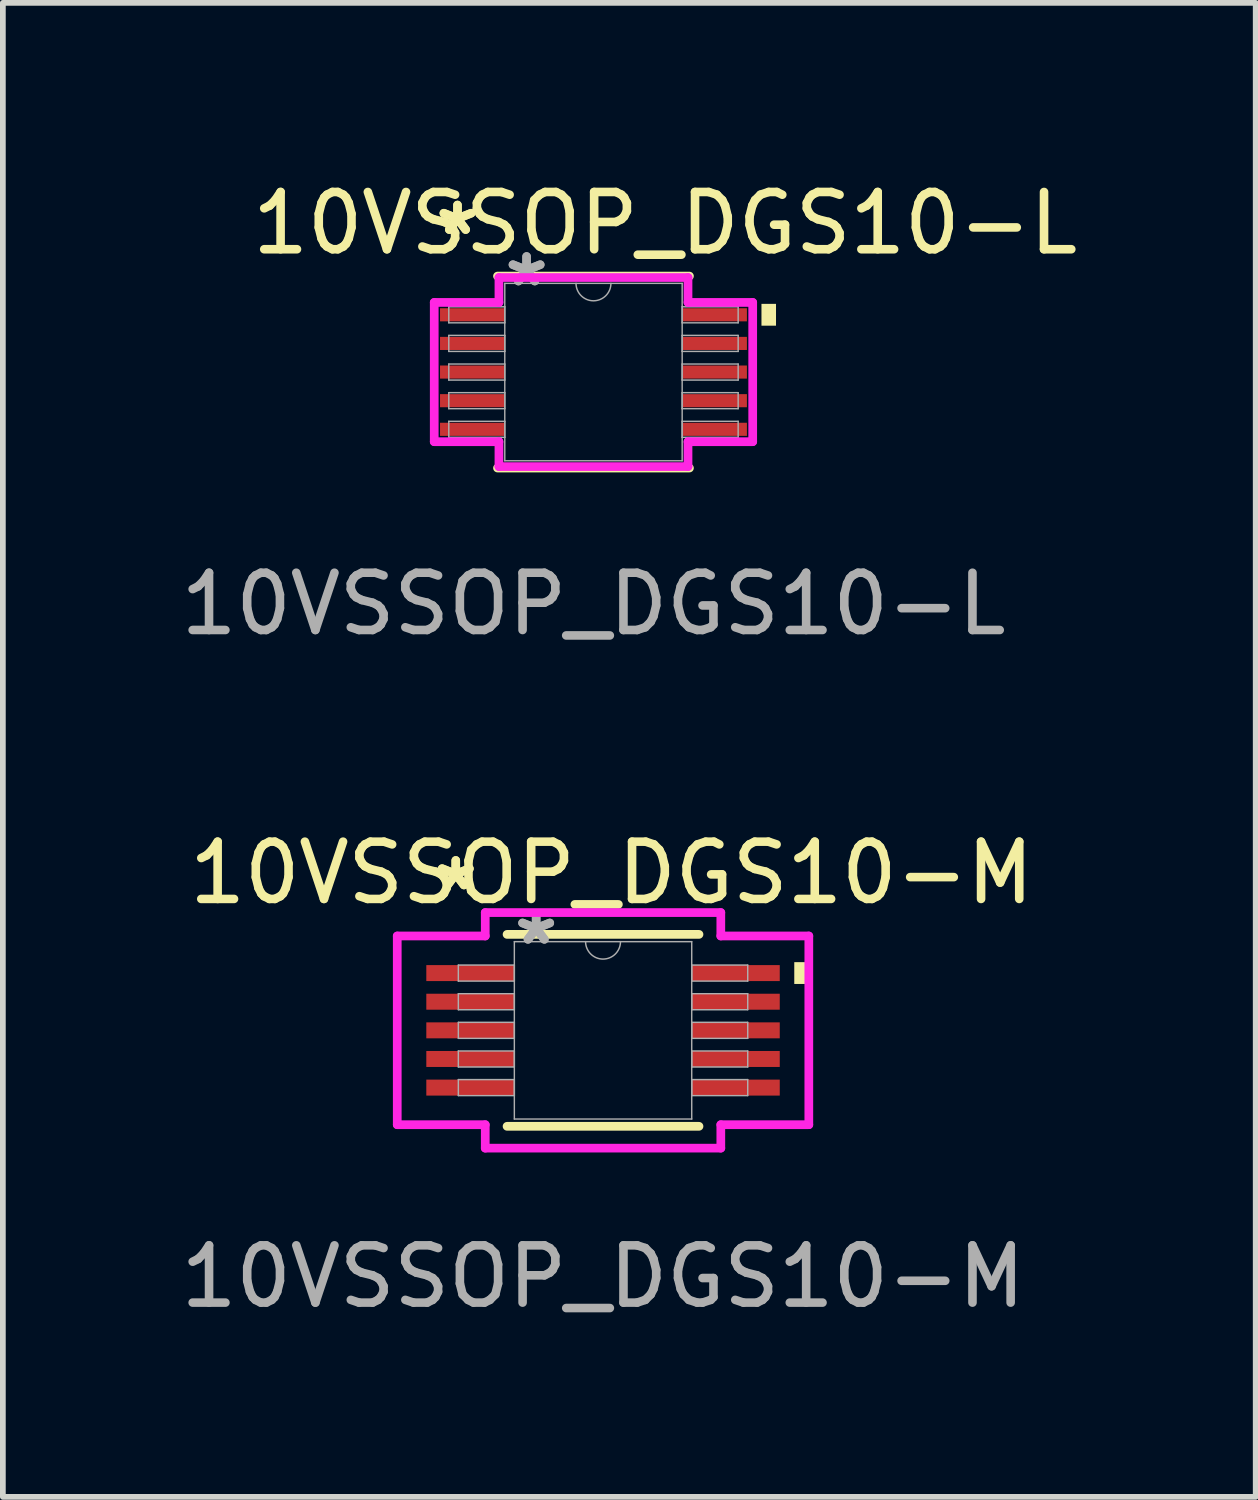
<source format=kicad_pcb>
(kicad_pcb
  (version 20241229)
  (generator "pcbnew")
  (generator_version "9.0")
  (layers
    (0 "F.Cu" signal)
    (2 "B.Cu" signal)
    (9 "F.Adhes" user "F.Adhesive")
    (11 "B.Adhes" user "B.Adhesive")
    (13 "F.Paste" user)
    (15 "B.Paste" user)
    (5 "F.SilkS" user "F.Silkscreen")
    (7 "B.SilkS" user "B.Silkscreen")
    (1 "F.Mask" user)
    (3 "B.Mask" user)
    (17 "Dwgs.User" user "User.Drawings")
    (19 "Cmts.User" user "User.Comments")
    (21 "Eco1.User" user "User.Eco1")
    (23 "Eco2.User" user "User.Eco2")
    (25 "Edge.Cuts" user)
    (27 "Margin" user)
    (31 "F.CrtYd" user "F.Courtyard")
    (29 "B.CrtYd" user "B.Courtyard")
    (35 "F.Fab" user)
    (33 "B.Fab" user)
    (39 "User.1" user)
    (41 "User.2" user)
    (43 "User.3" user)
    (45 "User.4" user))
  (footprint "10VSSOP_DGS10-M"
    (layer "F.Cu")
    (at 7.482 14.945)
    (property "Reference" "10VSSOP_DGS10-M" (at 0.15 -2.75 0) (unlocked yes) (layer "F.SilkS") (effects (font (size 1 1) (thickness 0.15))))
    (attr smd)
    (fp_line (start -1.676 1.676) (end 1.676 1.676) (stroke (width 0.152) (type solid)) (layer "F.SilkS"))
    (fp_line (start 1.676 -1.676) (end -1.676 -1.676) (stroke (width 0.152) (type solid)) (layer "F.SilkS"))
    (fp_poly (pts (xy 3.594 -1.191) (xy 3.594 -0.81) (xy 3.34 -0.81) (xy 3.34 -1.191)) (stroke (width 0) (type solid)) (fill yes) (layer "F.SilkS"))
    (fp_line (start -3.594 -1.648) (end -2.057 -1.648) (stroke (width 0.152) (type solid)) (layer "F.CrtYd"))
    (fp_line (start -3.594 1.648) (end -3.594 -1.648) (stroke (width 0.152) (type solid)) (layer "F.CrtYd"))
    (fp_line (start -3.594 1.648) (end -2.057 1.648) (stroke (width 0.152) (type solid)) (layer "F.CrtYd"))
    (fp_line (start -2.057 -2.057) (end 2.057 -2.057) (stroke (width 0.152) (type solid)) (layer "F.CrtYd"))
    (fp_line (start -2.057 -1.648) (end -2.057 -2.057) (stroke (width 0.152) (type solid)) (layer "F.CrtYd"))
    (fp_line (start -2.057 2.057) (end -2.057 1.648) (stroke (width 0.152) (type solid)) (layer "F.CrtYd"))
    (fp_line (start 2.057 -2.057) (end 2.057 -1.648) (stroke (width 0.152) (type solid)) (layer "F.CrtYd"))
    (fp_line (start 2.057 1.648) (end 2.057 2.057) (stroke (width 0.152) (type solid)) (layer "F.CrtYd"))
    (fp_line (start 2.057 2.057) (end -2.057 2.057) (stroke (width 0.152) (type solid)) (layer "F.CrtYd"))
    (fp_line (start 3.594 -1.648) (end 2.057 -1.648) (stroke (width 0.152) (type solid)) (layer "F.CrtYd"))
    (fp_line (start 3.594 -1.648) (end 3.594 1.648) (stroke (width 0.152) (type solid)) (layer "F.CrtYd"))
    (fp_line (start 3.594 1.648) (end 2.057 1.648) (stroke (width 0.152) (type solid)) (layer "F.CrtYd"))
    (fp_line (start -2.527 -1.14) (end -2.527 -0.86) (stroke (width 0.025) (type solid)) (layer "F.Fab"))
    (fp_line (start -2.527 -0.86) (end -1.549 -0.86) (stroke (width 0.025) (type solid)) (layer "F.Fab"))
    (fp_line (start -2.527 -0.64) (end -2.527 -0.36) (stroke (width 0.025) (type solid)) (layer "F.Fab"))
    (fp_line (start -2.527 -0.36) (end -1.549 -0.36) (stroke (width 0.025) (type solid)) (layer "F.Fab"))
    (fp_line (start -2.527 -0.14) (end -2.527 0.14) (stroke (width 0.025) (type solid)) (layer "F.Fab"))
    (fp_line (start -2.527 0.14) (end -1.549 0.14) (stroke (width 0.025) (type solid)) (layer "F.Fab"))
    (fp_line (start -2.527 0.36) (end -2.527 0.64) (stroke (width 0.025) (type solid)) (layer "F.Fab"))
    (fp_line (start -2.527 0.64) (end -1.549 0.64) (stroke (width 0.025) (type solid)) (layer "F.Fab"))
    (fp_line (start -2.527 0.86) (end -2.527 1.14) (stroke (width 0.025) (type solid)) (layer "F.Fab"))
    (fp_line (start -2.527 1.14) (end -1.549 1.14) (stroke (width 0.025) (type solid)) (layer "F.Fab"))
    (fp_line (start -1.549 -1.549) (end -1.549 1.549) (stroke (width 0.025) (type solid)) (layer "F.Fab"))
    (fp_line (start -1.549 -1.14) (end -2.527 -1.14) (stroke (width 0.025) (type solid)) (layer "F.Fab"))
    (fp_line (start -1.549 -0.86) (end -1.549 -1.14) (stroke (width 0.025) (type solid)) (layer "F.Fab"))
    (fp_line (start -1.549 -0.64) (end -2.527 -0.64) (stroke (width 0.025) (type solid)) (layer "F.Fab"))
    (fp_line (start -1.549 -0.36) (end -1.549 -0.64) (stroke (width 0.025) (type solid)) (layer "F.Fab"))
    (fp_line (start -1.549 -0.14) (end -2.527 -0.14) (stroke (width 0.025) (type solid)) (layer "F.Fab"))
    (fp_line (start -1.549 0.14) (end -1.549 -0.14) (stroke (width 0.025) (type solid)) (layer "F.Fab"))
    (fp_line (start -1.549 0.36) (end -2.527 0.36) (stroke (width 0.025) (type solid)) (layer "F.Fab"))
    (fp_line (start -1.549 0.64) (end -1.549 0.36) (stroke (width 0.025) (type solid)) (layer "F.Fab"))
    (fp_line (start -1.549 0.86) (end -2.527 0.86) (stroke (width 0.025) (type solid)) (layer "F.Fab"))
    (fp_line (start -1.549 1.14) (end -1.549 0.86) (stroke (width 0.025) (type solid)) (layer "F.Fab"))
    (fp_line (start -1.549 1.549) (end 1.549 1.549) (stroke (width 0.025) (type solid)) (layer "F.Fab"))
    (fp_line (start 1.549 -1.549) (end -1.549 -1.549) (stroke (width 0.025) (type solid)) (layer "F.Fab"))
    (fp_line (start 1.549 -1.14) (end 1.549 -0.86) (stroke (width 0.025) (type solid)) (layer "F.Fab"))
    (fp_line (start 1.549 -0.86) (end 2.527 -0.86) (stroke (width 0.025) (type solid)) (layer "F.Fab"))
    (fp_line (start 1.549 -0.64) (end 1.549 -0.36) (stroke (width 0.025) (type solid)) (layer "F.Fab"))
    (fp_line (start 1.549 -0.36) (end 2.527 -0.36) (stroke (width 0.025) (type solid)) (layer "F.Fab"))
    (fp_line (start 1.549 -0.14) (end 1.549 0.14) (stroke (width 0.025) (type solid)) (layer "F.Fab"))
    (fp_line (start 1.549 0.14) (end 2.527 0.14) (stroke (width 0.025) (type solid)) (layer "F.Fab"))
    (fp_line (start 1.549 0.36) (end 1.549 0.64) (stroke (width 0.025) (type solid)) (layer "F.Fab"))
    (fp_line (start 1.549 0.64) (end 2.527 0.64) (stroke (width 0.025) (type solid)) (layer "F.Fab"))
    (fp_line (start 1.549 0.86) (end 1.549 1.14) (stroke (width 0.025) (type solid)) (layer "F.Fab"))
    (fp_line (start 1.549 1.14) (end 2.527 1.14) (stroke (width 0.025) (type solid)) (layer "F.Fab"))
    (fp_line (start 1.549 1.549) (end 1.549 -1.549) (stroke (width 0.025) (type solid)) (layer "F.Fab"))
    (fp_line (start 2.527 -1.14) (end 1.549 -1.14) (stroke (width 0.025) (type solid)) (layer "F.Fab"))
    (fp_line (start 2.527 -0.86) (end 2.527 -1.14) (stroke (width 0.025) (type solid)) (layer "F.Fab"))
    (fp_line (start 2.527 -0.64) (end 1.549 -0.64) (stroke (width 0.025) (type solid)) (layer "F.Fab"))
    (fp_line (start 2.527 -0.36) (end 2.527 -0.64) (stroke (width 0.025) (type solid)) (layer "F.Fab"))
    (fp_line (start 2.527 -0.14) (end 1.549 -0.14) (stroke (width 0.025) (type solid)) (layer "F.Fab"))
    (fp_line (start 2.527 0.14) (end 2.527 -0.14) (stroke (width 0.025) (type solid)) (layer "F.Fab"))
    (fp_line (start 2.527 0.36) (end 1.549 0.36) (stroke (width 0.025) (type solid)) (layer "F.Fab"))
    (fp_line (start 2.527 0.64) (end 2.527 0.36) (stroke (width 0.025) (type solid)) (layer "F.Fab"))
    (fp_line (start 2.527 0.86) (end 1.549 0.86) (stroke (width 0.025) (type solid)) (layer "F.Fab"))
    (fp_line (start 2.527 1.14) (end 2.527 0.86) (stroke (width 0.025) (type solid)) (layer "F.Fab"))
    (fp_arc (start 0.3048 -1.5494) (mid 0 -1.2446) (end -0.3048 -1.5494) (stroke (width 0.0254) (type solid)) (layer "F.Fab"))
    (fp_text user "*" (at -2.572 -2.422 0) (layer "F.SilkS") (effects (font (size 1 1) (thickness 0.15))))
    (fp_text user "*" (at -2.572 -2.422 0) (unlocked yes) (layer "F.SilkS") (effects (font (size 1 1) (thickness 0.15))))
    (fp_text user "*" (at -1.168 -1.473 0) (layer "F.Fab") (effects (font (size 1 1) (thickness 0.15))))
    (fp_text user "*" (at -1.168 -1.473 0) (unlocked yes) (layer "F.Fab") (effects (font (size 1 1) (thickness 0.15))))
    (fp_text user "${REFERENCE}" (at 0 4.3 0) (unlocked yes) (layer "F.Fab") (effects (font (size 1 1) (thickness 0.15))))
    (pad "1" smd rect (at -2.318 -1) (size 1.537 0.279) (layers "F.Cu" "F.Mask" "F.Paste"))
    (pad "2" smd rect (at -2.318 -0.5) (size 1.537 0.279) (layers "F.Cu" "F.Mask" "F.Paste"))
    (pad "3" smd rect (at -2.318 0) (size 1.537 0.279) (layers "F.Cu" "F.Mask" "F.Paste"))
    (pad "4" smd rect (at -2.318 0.5) (size 1.537 0.279) (layers "F.Cu" "F.Mask" "F.Paste"))
    (pad "5" smd rect (at -2.318 1) (size 1.537 0.279) (layers "F.Cu" "F.Mask" "F.Paste"))
    (pad "6" smd rect (at 2.318 1) (size 1.537 0.279) (layers "F.Cu" "F.Mask" "F.Paste"))
    (pad "7" smd rect (at 2.318 0.5) (size 1.537 0.279) (layers "F.Cu" "F.Mask" "F.Paste"))
    (pad "8" smd rect (at 2.318 0) (size 1.537 0.279) (layers "F.Cu" "F.Mask" "F.Paste"))
    (pad "9" smd rect (at 2.318 -0.5) (size 1.537 0.279) (layers "F.Cu" "F.Mask" "F.Paste"))
    (pad "10" smd rect (at 2.318 -1) (size 1.537 0.279) (layers "F.Cu" "F.Mask" "F.Paste")))
  (footprint "10VSSOP_DGS10-L"
    (layer "F.Cu")
    (at 7.315 3.448)
    (property "Reference" "10VSSOP_DGS10-L" (at 1.25 -2.6 0) (unlocked yes) (layer "F.SilkS") (effects (font (size 1 1) (thickness 0.15))))
    (attr smd)
    (fp_line (start -1.676 1.676) (end 1.676 1.676) (stroke (width 0.152) (type solid)) (layer "F.SilkS"))
    (fp_line (start 1.676 -1.676) (end -1.676 -1.676) (stroke (width 0.152) (type solid)) (layer "F.SilkS"))
    (fp_poly (pts (xy 3.188 -1.191) (xy 3.188 -0.81) (xy 2.934 -0.81) (xy 2.934 -1.191)) (stroke (width 0) (type solid)) (fill yes) (layer "F.SilkS"))
    (fp_line (start -2.781 -1.216) (end -1.651 -1.216) (stroke (width 0.152) (type solid)) (layer "F.CrtYd"))
    (fp_line (start -2.781 1.216) (end -2.781 -1.216) (stroke (width 0.152) (type solid)) (layer "F.CrtYd"))
    (fp_line (start -2.781 1.216) (end -1.651 1.216) (stroke (width 0.152) (type solid)) (layer "F.CrtYd"))
    (fp_line (start -1.651 -1.651) (end 1.651 -1.651) (stroke (width 0.152) (type solid)) (layer "F.CrtYd"))
    (fp_line (start -1.651 -1.216) (end -1.651 -1.651) (stroke (width 0.152) (type solid)) (layer "F.CrtYd"))
    (fp_line (start -1.651 1.651) (end -1.651 1.216) (stroke (width 0.152) (type solid)) (layer "F.CrtYd"))
    (fp_line (start 1.651 -1.651) (end 1.651 -1.216) (stroke (width 0.152) (type solid)) (layer "F.CrtYd"))
    (fp_line (start 1.651 1.216) (end 1.651 1.651) (stroke (width 0.152) (type solid)) (layer "F.CrtYd"))
    (fp_line (start 1.651 1.651) (end -1.651 1.651) (stroke (width 0.152) (type solid)) (layer "F.CrtYd"))
    (fp_line (start 2.781 -1.216) (end 1.651 -1.216) (stroke (width 0.152) (type solid)) (layer "F.CrtYd"))
    (fp_line (start 2.781 -1.216) (end 2.781 1.216) (stroke (width 0.152) (type solid)) (layer "F.CrtYd"))
    (fp_line (start 2.781 1.216) (end 1.651 1.216) (stroke (width 0.152) (type solid)) (layer "F.CrtYd"))
    (fp_line (start -2.527 -1.14) (end -2.527 -0.86) (stroke (width 0.025) (type solid)) (layer "F.Fab"))
    (fp_line (start -2.527 -0.86) (end -1.549 -0.86) (stroke (width 0.025) (type solid)) (layer "F.Fab"))
    (fp_line (start -2.527 -0.64) (end -2.527 -0.36) (stroke (width 0.025) (type solid)) (layer "F.Fab"))
    (fp_line (start -2.527 -0.36) (end -1.549 -0.36) (stroke (width 0.025) (type solid)) (layer "F.Fab"))
    (fp_line (start -2.527 -0.14) (end -2.527 0.14) (stroke (width 0.025) (type solid)) (layer "F.Fab"))
    (fp_line (start -2.527 0.14) (end -1.549 0.14) (stroke (width 0.025) (type solid)) (layer "F.Fab"))
    (fp_line (start -2.527 0.36) (end -2.527 0.64) (stroke (width 0.025) (type solid)) (layer "F.Fab"))
    (fp_line (start -2.527 0.64) (end -1.549 0.64) (stroke (width 0.025) (type solid)) (layer "F.Fab"))
    (fp_line (start -2.527 0.86) (end -2.527 1.14) (stroke (width 0.025) (type solid)) (layer "F.Fab"))
    (fp_line (start -2.527 1.14) (end -1.549 1.14) (stroke (width 0.025) (type solid)) (layer "F.Fab"))
    (fp_line (start -1.549 -1.549) (end -1.549 1.549) (stroke (width 0.025) (type solid)) (layer "F.Fab"))
    (fp_line (start -1.549 -1.14) (end -2.527 -1.14) (stroke (width 0.025) (type solid)) (layer "F.Fab"))
    (fp_line (start -1.549 -0.86) (end -1.549 -1.14) (stroke (width 0.025) (type solid)) (layer "F.Fab"))
    (fp_line (start -1.549 -0.64) (end -2.527 -0.64) (stroke (width 0.025) (type solid)) (layer "F.Fab"))
    (fp_line (start -1.549 -0.36) (end -1.549 -0.64) (stroke (width 0.025) (type solid)) (layer "F.Fab"))
    (fp_line (start -1.549 -0.14) (end -2.527 -0.14) (stroke (width 0.025) (type solid)) (layer "F.Fab"))
    (fp_line (start -1.549 0.14) (end -1.549 -0.14) (stroke (width 0.025) (type solid)) (layer "F.Fab"))
    (fp_line (start -1.549 0.36) (end -2.527 0.36) (stroke (width 0.025) (type solid)) (layer "F.Fab"))
    (fp_line (start -1.549 0.64) (end -1.549 0.36) (stroke (width 0.025) (type solid)) (layer "F.Fab"))
    (fp_line (start -1.549 0.86) (end -2.527 0.86) (stroke (width 0.025) (type solid)) (layer "F.Fab"))
    (fp_line (start -1.549 1.14) (end -1.549 0.86) (stroke (width 0.025) (type solid)) (layer "F.Fab"))
    (fp_line (start -1.549 1.549) (end 1.549 1.549) (stroke (width 0.025) (type solid)) (layer "F.Fab"))
    (fp_line (start 1.549 -1.549) (end -1.549 -1.549) (stroke (width 0.025) (type solid)) (layer "F.Fab"))
    (fp_line (start 1.549 -1.14) (end 1.549 -0.86) (stroke (width 0.025) (type solid)) (layer "F.Fab"))
    (fp_line (start 1.549 -0.86) (end 2.527 -0.86) (stroke (width 0.025) (type solid)) (layer "F.Fab"))
    (fp_line (start 1.549 -0.64) (end 1.549 -0.36) (stroke (width 0.025) (type solid)) (layer "F.Fab"))
    (fp_line (start 1.549 -0.36) (end 2.527 -0.36) (stroke (width 0.025) (type solid)) (layer "F.Fab"))
    (fp_line (start 1.549 -0.14) (end 1.549 0.14) (stroke (width 0.025) (type solid)) (layer "F.Fab"))
    (fp_line (start 1.549 0.14) (end 2.527 0.14) (stroke (width 0.025) (type solid)) (layer "F.Fab"))
    (fp_line (start 1.549 0.36) (end 1.549 0.64) (stroke (width 0.025) (type solid)) (layer "F.Fab"))
    (fp_line (start 1.549 0.64) (end 2.527 0.64) (stroke (width 0.025) (type solid)) (layer "F.Fab"))
    (fp_line (start 1.549 0.86) (end 1.549 1.14) (stroke (width 0.025) (type solid)) (layer "F.Fab"))
    (fp_line (start 1.549 1.14) (end 2.527 1.14) (stroke (width 0.025) (type solid)) (layer "F.Fab"))
    (fp_line (start 1.549 1.549) (end 1.549 -1.549) (stroke (width 0.025) (type solid)) (layer "F.Fab"))
    (fp_line (start 2.527 -1.14) (end 1.549 -1.14) (stroke (width 0.025) (type solid)) (layer "F.Fab"))
    (fp_line (start 2.527 -0.86) (end 2.527 -1.14) (stroke (width 0.025) (type solid)) (layer "F.Fab"))
    (fp_line (start 2.527 -0.64) (end 1.549 -0.64) (stroke (width 0.025) (type solid)) (layer "F.Fab"))
    (fp_line (start 2.527 -0.36) (end 2.527 -0.64) (stroke (width 0.025) (type solid)) (layer "F.Fab"))
    (fp_line (start 2.527 -0.14) (end 1.549 -0.14) (stroke (width 0.025) (type solid)) (layer "F.Fab"))
    (fp_line (start 2.527 0.14) (end 2.527 -0.14) (stroke (width 0.025) (type solid)) (layer "F.Fab"))
    (fp_line (start 2.527 0.36) (end 1.549 0.36) (stroke (width 0.025) (type solid)) (layer "F.Fab"))
    (fp_line (start 2.527 0.64) (end 2.527 0.36) (stroke (width 0.025) (type solid)) (layer "F.Fab"))
    (fp_line (start 2.527 0.86) (end 1.549 0.86) (stroke (width 0.025) (type solid)) (layer "F.Fab"))
    (fp_line (start 2.527 1.14) (end 2.527 0.86) (stroke (width 0.025) (type solid)) (layer "F.Fab"))
    (fp_arc (start 0.3048 -1.5494) (mid 0 -1.2446) (end -0.3048 -1.5494) (stroke (width 0.0254) (type solid)) (layer "F.Fab"))
    (fp_text user "*" (at -2.375 -2.372 0) (unlocked yes) (layer "F.SilkS") (effects (font (size 1 1) (thickness 0.15))))
    (fp_text user "*" (at -2.375 -2.372 0) (layer "F.SilkS") (effects (font (size 1 1) (thickness 0.15))))
    (fp_text user "*" (at -1.168 -1.473 0) (unlocked yes) (layer "F.Fab") (effects (font (size 1 1) (thickness 0.15))))
    (fp_text user "${REFERENCE}" (at 0 4.05 0) (unlocked yes) (layer "F.Fab") (effects (font (size 1 1) (thickness 0.15))))
    (fp_text user "*" (at -1.168 -1.473 0) (layer "F.Fab") (effects (font (size 1 1) (thickness 0.15))))
    (pad "1" smd rect (at -2.121 -1) (size 1.118 0.229) (layers "F.Cu" "F.Mask" "F.Paste"))
    (pad "2" smd rect (at -2.121 -0.5) (size 1.118 0.229) (layers "F.Cu" "F.Mask" "F.Paste"))
    (pad "3" smd rect (at -2.121 0) (size 1.118 0.229) (layers "F.Cu" "F.Mask" "F.Paste"))
    (pad "4" smd rect (at -2.121 0.5) (size 1.118 0.229) (layers "F.Cu" "F.Mask" "F.Paste"))
    (pad "5" smd rect (at -2.121 1) (size 1.118 0.229) (layers "F.Cu" "F.Mask" "F.Paste"))
    (pad "6" smd rect (at 2.121 1) (size 1.118 0.229) (layers "F.Cu" "F.Mask" "F.Paste"))
    (pad "7" smd rect (at 2.121 0.5) (size 1.118 0.229) (layers "F.Cu" "F.Mask" "F.Paste"))
    (pad "8" smd rect (at 2.121 0) (size 1.118 0.229) (layers "F.Cu" "F.Mask" "F.Paste"))
    (pad "9" smd rect (at 2.121 -0.5) (size 1.118 0.229) (layers "F.Cu" "F.Mask" "F.Paste"))
    (pad "10" smd rect (at 2.121 -1) (size 1.118 0.229) (layers "F.Cu" "F.Mask" "F.Paste")))
  (gr_rect
    (start -3 -3)
    (end 18.881 23.093)
    (stroke (width 0.1) (type default))
    (fill no)
    (layer "Edge.Cuts")))
</source>
